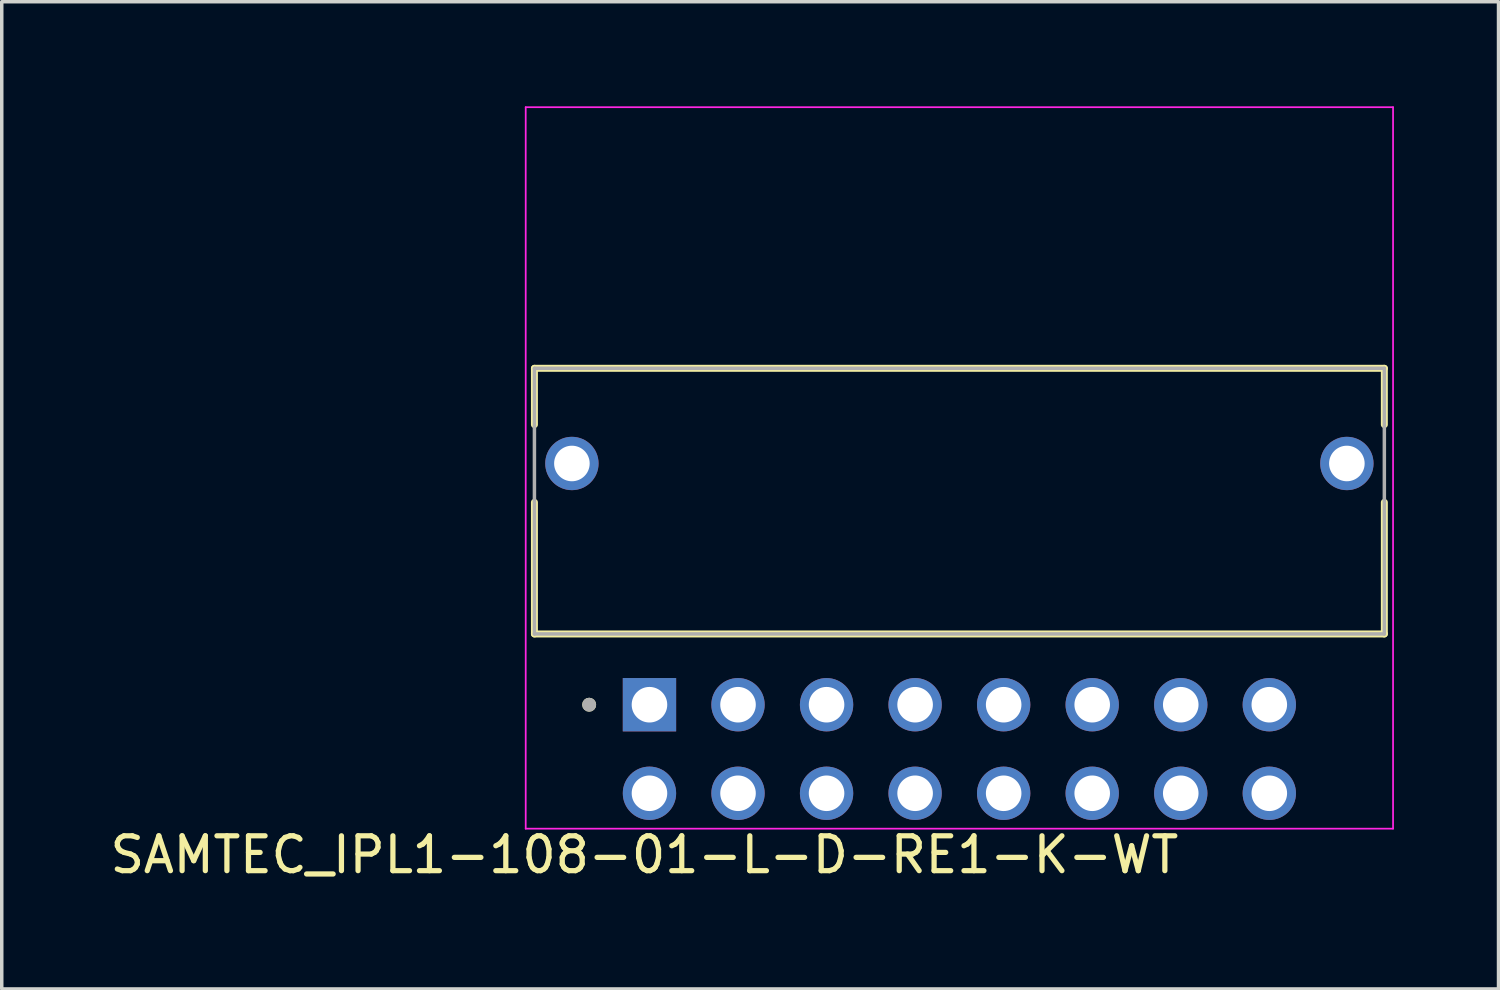
<source format=kicad_pcb>
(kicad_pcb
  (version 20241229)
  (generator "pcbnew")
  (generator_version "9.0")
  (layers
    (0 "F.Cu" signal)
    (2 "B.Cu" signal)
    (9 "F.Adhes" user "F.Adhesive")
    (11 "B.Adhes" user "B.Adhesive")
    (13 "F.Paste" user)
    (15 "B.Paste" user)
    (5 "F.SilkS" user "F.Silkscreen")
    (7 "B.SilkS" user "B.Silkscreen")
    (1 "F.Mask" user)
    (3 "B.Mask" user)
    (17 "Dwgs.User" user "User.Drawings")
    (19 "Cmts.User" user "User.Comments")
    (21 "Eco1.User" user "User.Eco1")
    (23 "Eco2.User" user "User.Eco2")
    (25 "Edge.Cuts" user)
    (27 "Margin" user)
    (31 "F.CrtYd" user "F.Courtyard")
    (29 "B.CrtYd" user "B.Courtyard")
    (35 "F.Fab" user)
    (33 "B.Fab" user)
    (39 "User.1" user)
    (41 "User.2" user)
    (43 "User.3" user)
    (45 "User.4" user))
  (footprint "SAMTEC_IPL1-108-01-L-D-RE1-K-WT"
    (layer "F.Cu")
    (at 24.47 18.435)
    (property "Reference" "SAMTEC_IPL1-108-01-L-D-RE1-K-WT" (at -9.035 3.035 0) (layer "F.SilkS") (effects (font (size 1 1) (thickness 0.15))))
    (attr through_hole)
    (fp_line (start -12.19 -10.92) (end -12.19 -9.305) (stroke (width 0.2) (type solid)) (layer "F.SilkS"))
    (fp_line (start -12.19 -3.3) (end -12.19 -7.075) (stroke (width 0.2) (type solid)) (layer "F.SilkS"))
    (fp_line (start -12.19 -3.3) (end 12.19 -3.3) (stroke (width 0.2) (type solid)) (layer "F.SilkS"))
    (fp_line (start 12.19 -10.92) (end -12.19 -10.92) (stroke (width 0.2) (type solid)) (layer "F.SilkS"))
    (fp_line (start 12.19 -9.305) (end 12.19 -10.92) (stroke (width 0.2) (type solid)) (layer "F.SilkS"))
    (fp_line (start 12.19 -3.3) (end 12.19 -7.075) (stroke (width 0.2) (type solid)) (layer "F.SilkS"))
    (fp_circle (center -10.62 -1.27) (end -10.52 -1.27) (stroke (width 0.2) (type solid)) (fill no) (layer "F.SilkS"))
    (fp_line (start -12.44 -18.41) (end -12.44 2.285) (stroke (width 0.05) (type solid)) (layer "F.CrtYd"))
    (fp_line (start -12.44 2.285) (end 12.44 2.285) (stroke (width 0.05) (type solid)) (layer "F.CrtYd"))
    (fp_line (start 12.44 -18.41) (end -12.44 -18.41) (stroke (width 0.05) (type solid)) (layer "F.CrtYd"))
    (fp_line (start 12.44 2.285) (end 12.44 -18.41) (stroke (width 0.05) (type solid)) (layer "F.CrtYd"))
    (fp_line (start -12.19 -10.92) (end -12.19 -3.3) (stroke (width 0.1) (type solid)) (layer "F.Fab"))
    (fp_line (start -12.19 -3.3) (end 12.19 -3.3) (stroke (width 0.1) (type solid)) (layer "F.Fab"))
    (fp_line (start 12.19 -10.92) (end -12.19 -10.92) (stroke (width 0.1) (type solid)) (layer "F.Fab"))
    (fp_line (start 12.19 -3.3) (end 12.19 -10.92) (stroke (width 0.1) (type solid)) (layer "F.Fab"))
    (fp_circle (center -10.62 -1.27) (end -10.52 -1.27) (stroke (width 0.2) (type solid)) (fill no) (layer "F.Fab"))
    (pad "01" thru_hole rect (at -8.89 -1.27) (size 1.53 1.53) (drill 1.02) (layers "*.Cu" "*.Mask"))
    (pad "02" thru_hole circle (at -6.35 -1.27) (size 1.53 1.53) (drill 1.02) (layers "*.Cu" "*.Mask"))
    (pad "03" thru_hole circle (at -3.81 -1.27) (size 1.53 1.53) (drill 1.02) (layers "*.Cu" "*.Mask"))
    (pad "04" thru_hole circle (at -1.27 -1.27) (size 1.53 1.53) (drill 1.02) (layers "*.Cu" "*.Mask"))
    (pad "05" thru_hole circle (at 1.27 -1.27) (size 1.53 1.53) (drill 1.02) (layers "*.Cu" "*.Mask"))
    (pad "06" thru_hole circle (at 3.81 -1.27) (size 1.53 1.53) (drill 1.02) (layers "*.Cu" "*.Mask"))
    (pad "07" thru_hole circle (at 6.35 -1.27) (size 1.53 1.53) (drill 1.02) (layers "*.Cu" "*.Mask"))
    (pad "08" thru_hole circle (at 8.89 -1.27) (size 1.53 1.53) (drill 1.02) (layers "*.Cu" "*.Mask"))
    (pad "09" thru_hole circle (at -8.89 1.27) (size 1.53 1.53) (drill 1.02) (layers "*.Cu" "*.Mask"))
    (pad "10" thru_hole circle (at -6.35 1.27) (size 1.53 1.53) (drill 1.02) (layers "*.Cu" "*.Mask"))
    (pad "11" thru_hole circle (at -3.81 1.27) (size 1.53 1.53) (drill 1.02) (layers "*.Cu" "*.Mask"))
    (pad "12" thru_hole circle (at -1.27 1.27) (size 1.53 1.53) (drill 1.02) (layers "*.Cu" "*.Mask"))
    (pad "13" thru_hole circle (at 1.27 1.27) (size 1.53 1.53) (drill 1.02) (layers "*.Cu" "*.Mask"))
    (pad "14" thru_hole circle (at 3.81 1.27) (size 1.53 1.53) (drill 1.02) (layers "*.Cu" "*.Mask"))
    (pad "15" thru_hole circle (at 6.35 1.27) (size 1.53 1.53) (drill 1.02) (layers "*.Cu" "*.Mask"))
    (pad "16" thru_hole circle (at 8.89 1.27) (size 1.53 1.53) (drill 1.02) (layers "*.Cu" "*.Mask"))
    (pad "S1" thru_hole circle (at -11.115 -8.19) (size 1.53 1.53) (drill 1.02) (layers "*.Cu" "*.Mask"))
    (pad "S2" thru_hole circle (at 11.115 -8.19) (size 1.53 1.53) (drill 1.02) (layers "*.Cu" "*.Mask")))
  (gr_rect
    (start -3 -3)
    (end 39.935 25.318)
    (stroke (width 0.1) (type default))
    (fill no)
    (layer "Edge.Cuts")))
</source>
